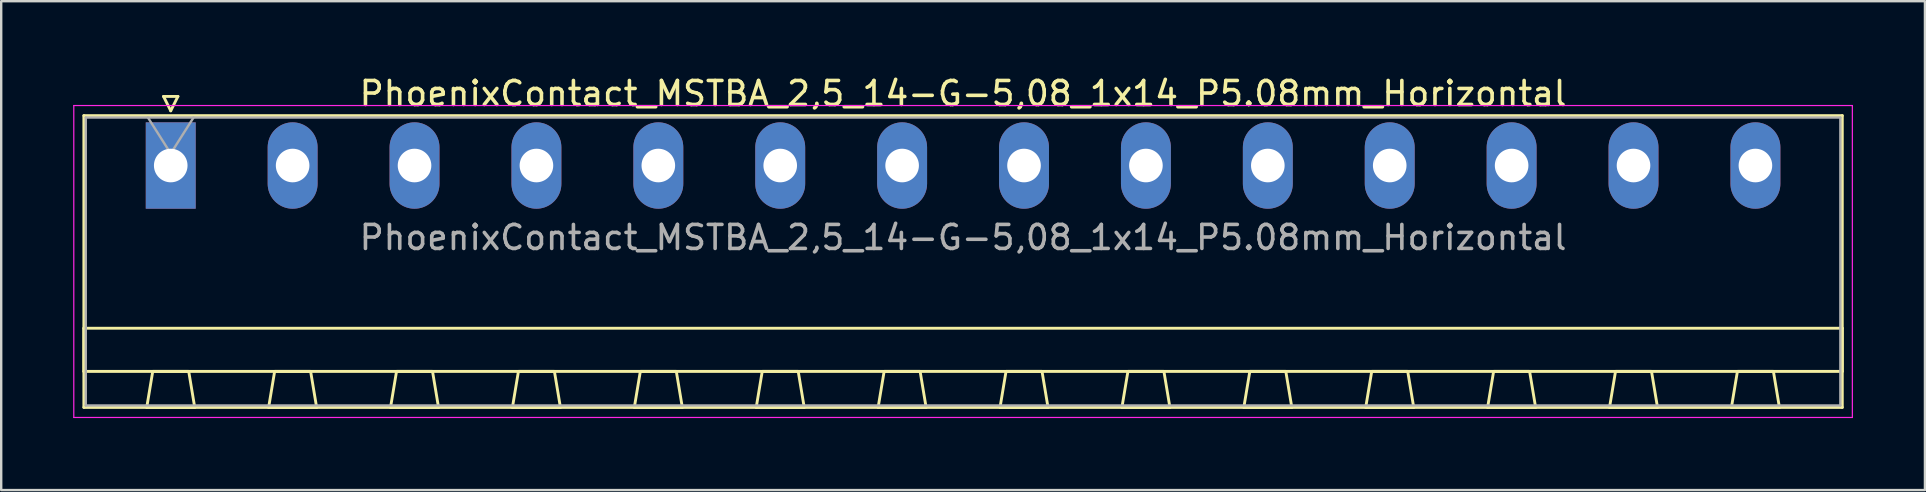
<source format=kicad_pcb>
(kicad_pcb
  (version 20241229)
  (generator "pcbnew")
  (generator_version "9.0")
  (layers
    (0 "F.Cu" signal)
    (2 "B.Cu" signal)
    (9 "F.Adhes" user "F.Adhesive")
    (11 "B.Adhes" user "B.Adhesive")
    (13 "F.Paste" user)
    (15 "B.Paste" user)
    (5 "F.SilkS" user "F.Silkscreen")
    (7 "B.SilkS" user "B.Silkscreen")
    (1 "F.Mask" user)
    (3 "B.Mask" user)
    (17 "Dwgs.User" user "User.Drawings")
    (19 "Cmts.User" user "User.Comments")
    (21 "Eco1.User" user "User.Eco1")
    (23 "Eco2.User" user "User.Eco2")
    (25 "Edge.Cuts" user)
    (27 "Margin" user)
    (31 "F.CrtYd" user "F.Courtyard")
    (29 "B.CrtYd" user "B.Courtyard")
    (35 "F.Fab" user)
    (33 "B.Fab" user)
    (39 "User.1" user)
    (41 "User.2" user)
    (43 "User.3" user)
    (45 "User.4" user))
  (footprint "PhoenixContact_MSTBA_2,5_14-G-5,08_1x14_P5.08mm_Horizontal"
    (layer "F.Cu")
    (at 4.065 3.848)
    (property "Reference" "PhoenixContact_MSTBA_2,5_14-G-5,08_1x14_P5.08mm_Horizontal" (at 33.02 -3 0) (layer "F.SilkS") (effects (font (size 1 1) (thickness 0.15))))
    (attr through_hole)
    (fp_line (start -3.62 -2.08) (end -3.62 10.08) (stroke (width 0.12) (type solid)) (layer "F.SilkS"))
    (fp_line (start -3.62 6.78) (end 69.66 6.78) (stroke (width 0.12) (type solid)) (layer "F.SilkS"))
    (fp_line (start -3.62 8.58) (end -3.62 6.78) (stroke (width 0.12) (type solid)) (layer "F.SilkS"))
    (fp_line (start -3.62 10.08) (end 69.66 10.08) (stroke (width 0.12) (type solid)) (layer "F.SilkS"))
    (fp_line (start -1 10.08) (end 1 10.08) (stroke (width 0.12) (type solid)) (layer "F.SilkS"))
    (fp_line (start -0.75 8.58) (end -1 10.08) (stroke (width 0.12) (type solid)) (layer "F.SilkS"))
    (fp_line (start -0.3 -2.88) (end 0.3 -2.88) (stroke (width 0.12) (type solid)) (layer "F.SilkS"))
    (fp_line (start 0 -2.28) (end -0.3 -2.88) (stroke (width 0.12) (type solid)) (layer "F.SilkS"))
    (fp_line (start 0.3 -2.88) (end 0 -2.28) (stroke (width 0.12) (type solid)) (layer "F.SilkS"))
    (fp_line (start 0.75 8.58) (end -0.75 8.58) (stroke (width 0.12) (type solid)) (layer "F.SilkS"))
    (fp_line (start 1 10.08) (end 0.75 8.58) (stroke (width 0.12) (type solid)) (layer "F.SilkS"))
    (fp_line (start 4.08 10.08) (end 6.08 10.08) (stroke (width 0.12) (type solid)) (layer "F.SilkS"))
    (fp_line (start 4.33 8.58) (end 4.08 10.08) (stroke (width 0.12) (type solid)) (layer "F.SilkS"))
    (fp_line (start 5.83 8.58) (end 4.33 8.58) (stroke (width 0.12) (type solid)) (layer "F.SilkS"))
    (fp_line (start 6.08 10.08) (end 5.83 8.58) (stroke (width 0.12) (type solid)) (layer "F.SilkS"))
    (fp_line (start 9.16 10.08) (end 11.16 10.08) (stroke (width 0.12) (type solid)) (layer "F.SilkS"))
    (fp_line (start 9.41 8.58) (end 9.16 10.08) (stroke (width 0.12) (type solid)) (layer "F.SilkS"))
    (fp_line (start 10.91 8.58) (end 9.41 8.58) (stroke (width 0.12) (type solid)) (layer "F.SilkS"))
    (fp_line (start 11.16 10.08) (end 10.91 8.58) (stroke (width 0.12) (type solid)) (layer "F.SilkS"))
    (fp_line (start 14.24 10.08) (end 16.24 10.08) (stroke (width 0.12) (type solid)) (layer "F.SilkS"))
    (fp_line (start 14.49 8.58) (end 14.24 10.08) (stroke (width 0.12) (type solid)) (layer "F.SilkS"))
    (fp_line (start 15.99 8.58) (end 14.49 8.58) (stroke (width 0.12) (type solid)) (layer "F.SilkS"))
    (fp_line (start 16.24 10.08) (end 15.99 8.58) (stroke (width 0.12) (type solid)) (layer "F.SilkS"))
    (fp_line (start 19.32 10.08) (end 21.32 10.08) (stroke (width 0.12) (type solid)) (layer "F.SilkS"))
    (fp_line (start 19.57 8.58) (end 19.32 10.08) (stroke (width 0.12) (type solid)) (layer "F.SilkS"))
    (fp_line (start 21.07 8.58) (end 19.57 8.58) (stroke (width 0.12) (type solid)) (layer "F.SilkS"))
    (fp_line (start 21.32 10.08) (end 21.07 8.58) (stroke (width 0.12) (type solid)) (layer "F.SilkS"))
    (fp_line (start 24.4 10.08) (end 26.4 10.08) (stroke (width 0.12) (type solid)) (layer "F.SilkS"))
    (fp_line (start 24.65 8.58) (end 24.4 10.08) (stroke (width 0.12) (type solid)) (layer "F.SilkS"))
    (fp_line (start 26.15 8.58) (end 24.65 8.58) (stroke (width 0.12) (type solid)) (layer "F.SilkS"))
    (fp_line (start 26.4 10.08) (end 26.15 8.58) (stroke (width 0.12) (type solid)) (layer "F.SilkS"))
    (fp_line (start 29.48 10.08) (end 31.48 10.08) (stroke (width 0.12) (type solid)) (layer "F.SilkS"))
    (fp_line (start 29.73 8.58) (end 29.48 10.08) (stroke (width 0.12) (type solid)) (layer "F.SilkS"))
    (fp_line (start 31.23 8.58) (end 29.73 8.58) (stroke (width 0.12) (type solid)) (layer "F.SilkS"))
    (fp_line (start 31.48 10.08) (end 31.23 8.58) (stroke (width 0.12) (type solid)) (layer "F.SilkS"))
    (fp_line (start 34.56 10.08) (end 36.56 10.08) (stroke (width 0.12) (type solid)) (layer "F.SilkS"))
    (fp_line (start 34.81 8.58) (end 34.56 10.08) (stroke (width 0.12) (type solid)) (layer "F.SilkS"))
    (fp_line (start 36.31 8.58) (end 34.81 8.58) (stroke (width 0.12) (type solid)) (layer "F.SilkS"))
    (fp_line (start 36.56 10.08) (end 36.31 8.58) (stroke (width 0.12) (type solid)) (layer "F.SilkS"))
    (fp_line (start 39.64 10.08) (end 41.64 10.08) (stroke (width 0.12) (type solid)) (layer "F.SilkS"))
    (fp_line (start 39.89 8.58) (end 39.64 10.08) (stroke (width 0.12) (type solid)) (layer "F.SilkS"))
    (fp_line (start 41.39 8.58) (end 39.89 8.58) (stroke (width 0.12) (type solid)) (layer "F.SilkS"))
    (fp_line (start 41.64 10.08) (end 41.39 8.58) (stroke (width 0.12) (type solid)) (layer "F.SilkS"))
    (fp_line (start 44.72 10.08) (end 46.72 10.08) (stroke (width 0.12) (type solid)) (layer "F.SilkS"))
    (fp_line (start 44.97 8.58) (end 44.72 10.08) (stroke (width 0.12) (type solid)) (layer "F.SilkS"))
    (fp_line (start 46.47 8.58) (end 44.97 8.58) (stroke (width 0.12) (type solid)) (layer "F.SilkS"))
    (fp_line (start 46.72 10.08) (end 46.47 8.58) (stroke (width 0.12) (type solid)) (layer "F.SilkS"))
    (fp_line (start 49.8 10.08) (end 51.8 10.08) (stroke (width 0.12) (type solid)) (layer "F.SilkS"))
    (fp_line (start 50.05 8.58) (end 49.8 10.08) (stroke (width 0.12) (type solid)) (layer "F.SilkS"))
    (fp_line (start 51.55 8.58) (end 50.05 8.58) (stroke (width 0.12) (type solid)) (layer "F.SilkS"))
    (fp_line (start 51.8 10.08) (end 51.55 8.58) (stroke (width 0.12) (type solid)) (layer "F.SilkS"))
    (fp_line (start 54.88 10.08) (end 56.88 10.08) (stroke (width 0.12) (type solid)) (layer "F.SilkS"))
    (fp_line (start 55.13 8.58) (end 54.88 10.08) (stroke (width 0.12) (type solid)) (layer "F.SilkS"))
    (fp_line (start 56.63 8.58) (end 55.13 8.58) (stroke (width 0.12) (type solid)) (layer "F.SilkS"))
    (fp_line (start 56.88 10.08) (end 56.63 8.58) (stroke (width 0.12) (type solid)) (layer "F.SilkS"))
    (fp_line (start 59.96 10.08) (end 61.96 10.08) (stroke (width 0.12) (type solid)) (layer "F.SilkS"))
    (fp_line (start 60.21 8.58) (end 59.96 10.08) (stroke (width 0.12) (type solid)) (layer "F.SilkS"))
    (fp_line (start 61.71 8.58) (end 60.21 8.58) (stroke (width 0.12) (type solid)) (layer "F.SilkS"))
    (fp_line (start 61.96 10.08) (end 61.71 8.58) (stroke (width 0.12) (type solid)) (layer "F.SilkS"))
    (fp_line (start 65.04 10.08) (end 67.04 10.08) (stroke (width 0.12) (type solid)) (layer "F.SilkS"))
    (fp_line (start 65.29 8.58) (end 65.04 10.08) (stroke (width 0.12) (type solid)) (layer "F.SilkS"))
    (fp_line (start 66.79 8.58) (end 65.29 8.58) (stroke (width 0.12) (type solid)) (layer "F.SilkS"))
    (fp_line (start 67.04 10.08) (end 66.79 8.58) (stroke (width 0.12) (type solid)) (layer "F.SilkS"))
    (fp_line (start 69.66 -2.08) (end -3.62 -2.08) (stroke (width 0.12) (type solid)) (layer "F.SilkS"))
    (fp_line (start 69.66 6.78) (end 69.66 8.58) (stroke (width 0.12) (type solid)) (layer "F.SilkS"))
    (fp_line (start 69.66 8.58) (end -3.62 8.58) (stroke (width 0.12) (type solid)) (layer "F.SilkS"))
    (fp_line (start 69.66 10.08) (end 69.66 -2.08) (stroke (width 0.12) (type solid)) (layer "F.SilkS"))
    (fp_line (start -4.04 -2.5) (end -4.04 10.5) (stroke (width 0.05) (type solid)) (layer "F.CrtYd"))
    (fp_line (start -4.04 10.5) (end 70.08 10.5) (stroke (width 0.05) (type solid)) (layer "F.CrtYd"))
    (fp_line (start 70.08 -2.5) (end -4.04 -2.5) (stroke (width 0.05) (type solid)) (layer "F.CrtYd"))
    (fp_line (start 70.08 10.5) (end 70.08 -2.5) (stroke (width 0.05) (type solid)) (layer "F.CrtYd"))
    (fp_line (start -3.54 -2) (end -3.54 10) (stroke (width 0.1) (type solid)) (layer "F.Fab"))
    (fp_line (start -3.54 10) (end 69.58 10) (stroke (width 0.1) (type solid)) (layer "F.Fab"))
    (fp_line (start 0 -0.5) (end -0.95 -2) (stroke (width 0.1) (type solid)) (layer "F.Fab"))
    (fp_line (start 0.95 -2) (end 0 -0.5) (stroke (width 0.1) (type solid)) (layer "F.Fab"))
    (fp_line (start 69.58 -2) (end -3.54 -2) (stroke (width 0.1) (type solid)) (layer "F.Fab"))
    (fp_line (start 69.58 10) (end 69.58 -2) (stroke (width 0.1) (type solid)) (layer "F.Fab"))
    (fp_text user "${REFERENCE}" (at 33.02 3 0) (layer "F.Fab") (effects (font (size 1 1) (thickness 0.15))))
    (pad "1" thru_hole rect (at 0 0) (size 2.08 3.6) (drill 1.4) (layers "*.Cu" "*.Mask"))
    (pad "2" thru_hole oval (at 5.08 0) (size 2.08 3.6) (drill 1.4) (layers "*.Cu" "*.Mask"))
    (pad "3" thru_hole oval (at 10.16 0) (size 2.08 3.6) (drill 1.4) (layers "*.Cu" "*.Mask"))
    (pad "4" thru_hole oval (at 15.24 0) (size 2.08 3.6) (drill 1.4) (layers "*.Cu" "*.Mask"))
    (pad "5" thru_hole oval (at 20.32 0) (size 2.08 3.6) (drill 1.4) (layers "*.Cu" "*.Mask"))
    (pad "6" thru_hole oval (at 25.4 0) (size 2.08 3.6) (drill 1.4) (layers "*.Cu" "*.Mask"))
    (pad "7" thru_hole oval (at 30.48 0) (size 2.08 3.6) (drill 1.4) (layers "*.Cu" "*.Mask"))
    (pad "8" thru_hole oval (at 35.56 0) (size 2.08 3.6) (drill 1.4) (layers "*.Cu" "*.Mask"))
    (pad "9" thru_hole oval (at 40.64 0) (size 2.08 3.6) (drill 1.4) (layers "*.Cu" "*.Mask"))
    (pad "10" thru_hole oval (at 45.72 0) (size 2.08 3.6) (drill 1.4) (layers "*.Cu" "*.Mask"))
    (pad "11" thru_hole oval (at 50.8 0) (size 2.08 3.6) (drill 1.4) (layers "*.Cu" "*.Mask"))
    (pad "12" thru_hole oval (at 55.88 0) (size 2.08 3.6) (drill 1.4) (layers "*.Cu" "*.Mask"))
    (pad "13" thru_hole oval (at 60.96 0) (size 2.08 3.6) (drill 1.4) (layers "*.Cu" "*.Mask"))
    (pad "14" thru_hole oval (at 66.04 0) (size 2.08 3.6) (drill 1.4) (layers "*.Cu" "*.Mask")))
  (gr_rect
    (start -3 -3)
    (end 77.17 17.373)
    (stroke (width 0.1) (type default))
    (fill no)
    (layer "Edge.Cuts")))
</source>
